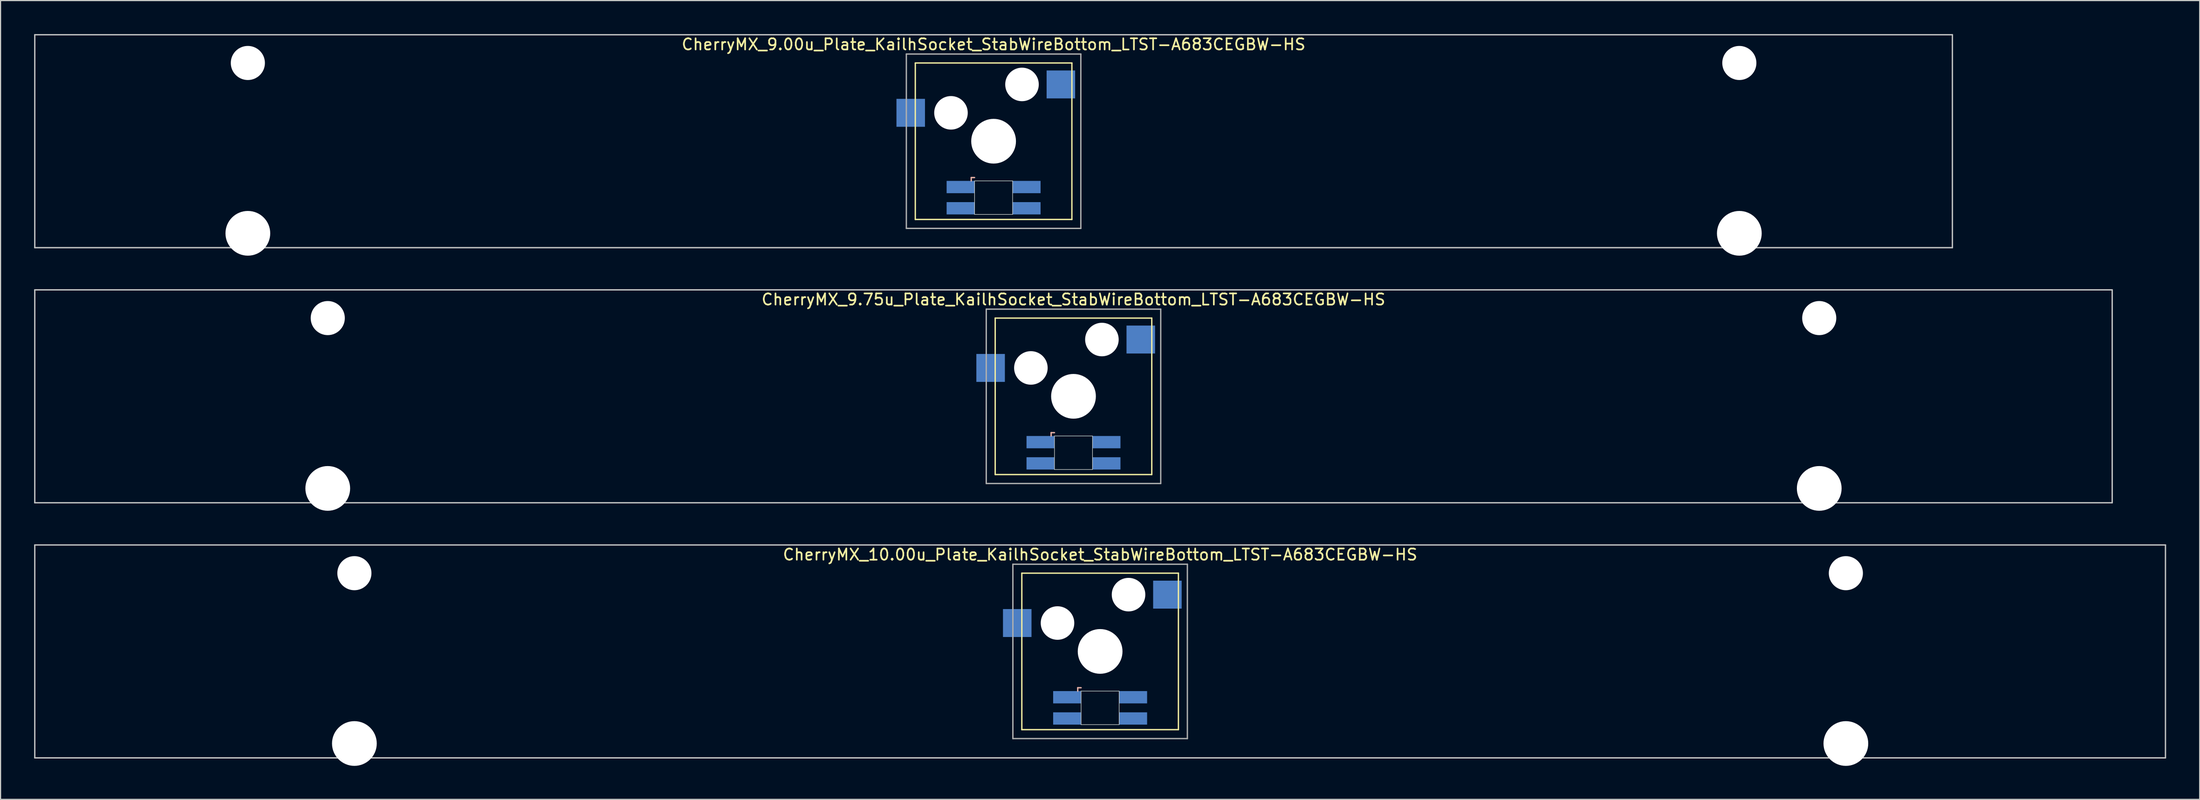
<source format=kicad_pcb>
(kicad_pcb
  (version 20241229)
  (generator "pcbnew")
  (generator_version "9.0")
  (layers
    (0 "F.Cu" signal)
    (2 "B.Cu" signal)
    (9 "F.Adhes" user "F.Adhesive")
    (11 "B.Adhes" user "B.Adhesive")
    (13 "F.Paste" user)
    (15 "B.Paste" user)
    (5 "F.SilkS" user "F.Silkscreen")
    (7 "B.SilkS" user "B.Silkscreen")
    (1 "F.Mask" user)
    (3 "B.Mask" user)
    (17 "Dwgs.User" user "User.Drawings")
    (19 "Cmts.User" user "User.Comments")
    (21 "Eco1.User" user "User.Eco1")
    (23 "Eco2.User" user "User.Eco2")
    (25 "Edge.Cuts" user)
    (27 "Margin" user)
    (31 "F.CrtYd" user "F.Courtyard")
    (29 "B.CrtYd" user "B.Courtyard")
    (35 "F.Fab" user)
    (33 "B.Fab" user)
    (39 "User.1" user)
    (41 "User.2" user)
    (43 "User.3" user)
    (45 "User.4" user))
  (footprint "CherryMX_9.00u_Plate_KailhSocket_StabWireBottom_LTST-A683CEGBW-HS"
    (layer "F.Cu")
    (at 85.785 9.585)
    (property "Reference" "CherryMX_9.00u_Plate_KailhSocket_StabWireBottom_LTST-A683CEGBW-HS" (at 0 -8.662 0) (layer "F.SilkS") (effects (font (size 1 1) (thickness 0.15))))
    (attr through_hole)
    (fp_line (start -7 -7) (end -7 7) (stroke (width 0.12) (type solid)) (layer "F.SilkS"))
    (fp_line (start -7 -7) (end 7 -7) (stroke (width 0.12) (type solid)) (layer "F.SilkS"))
    (fp_line (start 7 -7) (end 7 7) (stroke (width 0.12) (type solid)) (layer "F.SilkS"))
    (fp_line (start 7 7) (end -7 7) (stroke (width 0.12) (type solid)) (layer "F.SilkS"))
    (fp_line (start -2 3.25) (end -2 3.55) (stroke (width 0.12) (type solid)) (layer "B.SilkS"))
    (fp_line (start -1.7 3.25) (end -2 3.25) (stroke (width 0.12) (type solid)) (layer "B.SilkS"))
    (fp_line (start -85.725 -9.525) (end 85.725 -9.525) (stroke (width 0.12) (type solid)) (layer "Dwgs.User"))
    (fp_line (start -85.725 9.525) (end -85.725 -9.525) (stroke (width 0.12) (type solid)) (layer "Dwgs.User"))
    (fp_line (start 85.725 -9.525) (end 85.725 9.525) (stroke (width 0.12) (type solid)) (layer "Dwgs.User"))
    (fp_line (start 85.725 9.525) (end -85.725 9.525) (stroke (width 0.12) (type solid)) (layer "Dwgs.User"))
    (fp_line (start -1.7 3.55) (end 1.7 3.55) (stroke (width 0.05) (type solid)) (layer "Edge.Cuts"))
    (fp_line (start -1.7 6.55) (end -1.7 3.55) (stroke (width 0.05) (type solid)) (layer "Edge.Cuts"))
    (fp_line (start 1.7 3.55) (end 1.7 6.55) (stroke (width 0.05) (type solid)) (layer "Edge.Cuts"))
    (fp_line (start 1.7 6.55) (end -1.7 6.55) (stroke (width 0.05) (type solid)) (layer "Edge.Cuts"))
    (fp_line (start -7.8 -7.8) (end -7.8 7.8) (stroke (width 0.12) (type solid)) (layer "F.Fab"))
    (fp_line (start -7.8 -7.8) (end 7.8 -7.8) (stroke (width 0.12) (type solid)) (layer "F.Fab"))
    (fp_line (start -7.8 7.8) (end 7.8 7.8) (stroke (width 0.12) (type solid)) (layer "F.Fab"))
    (fp_line (start 7.8 -7.8) (end 7.8 7.8) (stroke (width 0.12) (type solid)) (layer "F.Fab"))
    (pad "" np_thru_hole circle (at -66.675 -7) (size 3.05 3.05) (drill 3.05) (layers "*.Cu" "*.Mask"))
    (pad "" np_thru_hole circle (at -66.675 8.24) (size 4 4) (drill 4) (layers "*.Cu" "*.Mask"))
    (pad "" np_thru_hole circle (at -3.81 -2.54) (size 3 3) (drill 3) (layers "*.Cu" "*.Mask"))
    (pad "" np_thru_hole circle (at 0 0) (size 4 4) (drill 4) (layers "*.Cu" "*.Mask"))
    (pad "" np_thru_hole circle (at 2.54 -5.08) (size 3 3) (drill 3) (layers "*.Cu" "*.Mask"))
    (pad "" np_thru_hole circle (at 66.675 -7) (size 3.05 3.05) (drill 3.05) (layers "*.Cu" "*.Mask"))
    (pad "" np_thru_hole circle (at 66.675 8.24) (size 4 4) (drill 4) (layers "*.Cu" "*.Mask"))
    (pad "1" smd rect (at -7.41 -2.54) (size 2.55 2.5) (layers "B.Cu" "B.Mask" "B.Paste"))
    (pad "2" smd rect (at 6.015 -5.08) (size 2.55 2.5) (layers "B.Cu" "B.Mask" "B.Paste"))
    (pad "3" smd rect (at -2.95 4.1) (size 2.5 1.1) (layers "B.Cu" "B.Mask" "B.Paste"))
    (pad "4" smd rect (at -2.95 6) (size 2.5 1.1) (layers "B.Cu" "B.Mask" "B.Paste"))
    (pad "5" smd rect (at 2.95 4.1) (size 2.5 1.1) (layers "B.Cu" "B.Mask" "B.Paste"))
    (pad "6" smd rect (at 2.95 6) (size 2.5 1.1) (layers "B.Cu" "B.Mask" "B.Paste")))
  (footprint "CherryMX_10.00u_Plate_KailhSocket_StabWireBottom_LTST-A683CEGBW-HS"
    (layer "F.Cu")
    (at 95.31 55.235)
    (property "Reference" "CherryMX_10.00u_Plate_KailhSocket_StabWireBottom_LTST-A683CEGBW-HS" (at 0 -8.662 0) (layer "F.SilkS") (effects (font (size 1 1) (thickness 0.15))))
    (attr through_hole)
    (fp_line (start -7 -7) (end -7 7) (stroke (width 0.12) (type solid)) (layer "F.SilkS"))
    (fp_line (start -7 -7) (end 7 -7) (stroke (width 0.12) (type solid)) (layer "F.SilkS"))
    (fp_line (start 7 -7) (end 7 7) (stroke (width 0.12) (type solid)) (layer "F.SilkS"))
    (fp_line (start 7 7) (end -7 7) (stroke (width 0.12) (type solid)) (layer "F.SilkS"))
    (fp_line (start -2 3.25) (end -2 3.55) (stroke (width 0.12) (type solid)) (layer "B.SilkS"))
    (fp_line (start -1.7 3.25) (end -2 3.25) (stroke (width 0.12) (type solid)) (layer "B.SilkS"))
    (fp_line (start -95.25 -9.525) (end 95.25 -9.525) (stroke (width 0.12) (type solid)) (layer "Dwgs.User"))
    (fp_line (start -95.25 9.525) (end -95.25 -9.525) (stroke (width 0.12) (type solid)) (layer "Dwgs.User"))
    (fp_line (start 95.25 -9.525) (end 95.25 9.525) (stroke (width 0.12) (type solid)) (layer "Dwgs.User"))
    (fp_line (start 95.25 9.525) (end -95.25 9.525) (stroke (width 0.12) (type solid)) (layer "Dwgs.User"))
    (fp_line (start -1.7 3.55) (end 1.7 3.55) (stroke (width 0.05) (type solid)) (layer "Edge.Cuts"))
    (fp_line (start -1.7 6.55) (end -1.7 3.55) (stroke (width 0.05) (type solid)) (layer "Edge.Cuts"))
    (fp_line (start 1.7 3.55) (end 1.7 6.55) (stroke (width 0.05) (type solid)) (layer "Edge.Cuts"))
    (fp_line (start 1.7 6.55) (end -1.7 6.55) (stroke (width 0.05) (type solid)) (layer "Edge.Cuts"))
    (fp_line (start -7.8 -7.8) (end -7.8 7.8) (stroke (width 0.12) (type solid)) (layer "F.Fab"))
    (fp_line (start -7.8 -7.8) (end 7.8 -7.8) (stroke (width 0.12) (type solid)) (layer "F.Fab"))
    (fp_line (start -7.8 7.8) (end 7.8 7.8) (stroke (width 0.12) (type solid)) (layer "F.Fab"))
    (fp_line (start 7.8 -7.8) (end 7.8 7.8) (stroke (width 0.12) (type solid)) (layer "F.Fab"))
    (pad "" np_thru_hole circle (at -66.675 -7) (size 3.05 3.05) (drill 3.05) (layers "*.Cu" "*.Mask"))
    (pad "" np_thru_hole circle (at -66.675 8.24) (size 4 4) (drill 4) (layers "*.Cu" "*.Mask"))
    (pad "" np_thru_hole circle (at -3.81 -2.54) (size 3 3) (drill 3) (layers "*.Cu" "*.Mask"))
    (pad "" np_thru_hole circle (at 0 0) (size 4 4) (drill 4) (layers "*.Cu" "*.Mask"))
    (pad "" np_thru_hole circle (at 2.54 -5.08) (size 3 3) (drill 3) (layers "*.Cu" "*.Mask"))
    (pad "" np_thru_hole circle (at 66.675 -7) (size 3.05 3.05) (drill 3.05) (layers "*.Cu" "*.Mask"))
    (pad "" np_thru_hole circle (at 66.675 8.24) (size 4 4) (drill 4) (layers "*.Cu" "*.Mask"))
    (pad "1" smd rect (at -7.41 -2.54) (size 2.55 2.5) (layers "B.Cu" "B.Mask" "B.Paste"))
    (pad "2" smd rect (at 6.015 -5.08) (size 2.55 2.5) (layers "B.Cu" "B.Mask" "B.Paste"))
    (pad "3" smd rect (at -2.95 4.1) (size 2.5 1.1) (layers "B.Cu" "B.Mask" "B.Paste"))
    (pad "4" smd rect (at -2.95 6) (size 2.5 1.1) (layers "B.Cu" "B.Mask" "B.Paste"))
    (pad "5" smd rect (at 2.95 4.1) (size 2.5 1.1) (layers "B.Cu" "B.Mask" "B.Paste"))
    (pad "6" smd rect (at 2.95 6) (size 2.5 1.1) (layers "B.Cu" "B.Mask" "B.Paste")))
  (footprint "CherryMX_9.75u_Plate_KailhSocket_StabWireBottom_LTST-A683CEGBW-HS"
    (layer "F.Cu")
    (at 92.929 32.41)
    (property "Reference" "CherryMX_9.75u_Plate_KailhSocket_StabWireBottom_LTST-A683CEGBW-HS" (at 0 -8.662 0) (layer "F.SilkS") (effects (font (size 1 1) (thickness 0.15))))
    (attr through_hole)
    (fp_line (start -7 -7) (end -7 7) (stroke (width 0.12) (type solid)) (layer "F.SilkS"))
    (fp_line (start -7 -7) (end 7 -7) (stroke (width 0.12) (type solid)) (layer "F.SilkS"))
    (fp_line (start 7 -7) (end 7 7) (stroke (width 0.12) (type solid)) (layer "F.SilkS"))
    (fp_line (start 7 7) (end -7 7) (stroke (width 0.12) (type solid)) (layer "F.SilkS"))
    (fp_line (start -2 3.25) (end -2 3.55) (stroke (width 0.12) (type solid)) (layer "B.SilkS"))
    (fp_line (start -1.7 3.25) (end -2 3.25) (stroke (width 0.12) (type solid)) (layer "B.SilkS"))
    (fp_line (start -92.869 -9.525) (end 92.869 -9.525) (stroke (width 0.12) (type solid)) (layer "Dwgs.User"))
    (fp_line (start -92.869 9.525) (end -92.869 -9.525) (stroke (width 0.12) (type solid)) (layer "Dwgs.User"))
    (fp_line (start 92.869 -9.525) (end 92.869 9.525) (stroke (width 0.12) (type solid)) (layer "Dwgs.User"))
    (fp_line (start 92.869 9.525) (end -92.869 9.525) (stroke (width 0.12) (type solid)) (layer "Dwgs.User"))
    (fp_line (start -1.7 3.55) (end 1.7 3.55) (stroke (width 0.05) (type solid)) (layer "Edge.Cuts"))
    (fp_line (start -1.7 6.55) (end -1.7 3.55) (stroke (width 0.05) (type solid)) (layer "Edge.Cuts"))
    (fp_line (start 1.7 3.55) (end 1.7 6.55) (stroke (width 0.05) (type solid)) (layer "Edge.Cuts"))
    (fp_line (start 1.7 6.55) (end -1.7 6.55) (stroke (width 0.05) (type solid)) (layer "Edge.Cuts"))
    (fp_line (start -7.8 -7.8) (end -7.8 7.8) (stroke (width 0.12) (type solid)) (layer "F.Fab"))
    (fp_line (start -7.8 -7.8) (end 7.8 -7.8) (stroke (width 0.12) (type solid)) (layer "F.Fab"))
    (fp_line (start -7.8 7.8) (end 7.8 7.8) (stroke (width 0.12) (type solid)) (layer "F.Fab"))
    (fp_line (start 7.8 -7.8) (end 7.8 7.8) (stroke (width 0.12) (type solid)) (layer "F.Fab"))
    (pad "" np_thru_hole circle (at -66.675 -7) (size 3.05 3.05) (drill 3.05) (layers "*.Cu" "*.Mask"))
    (pad "" np_thru_hole circle (at -66.675 8.24) (size 4 4) (drill 4) (layers "*.Cu" "*.Mask"))
    (pad "" np_thru_hole circle (at -3.81 -2.54) (size 3 3) (drill 3) (layers "*.Cu" "*.Mask"))
    (pad "" np_thru_hole circle (at 0 0) (size 4 4) (drill 4) (layers "*.Cu" "*.Mask"))
    (pad "" np_thru_hole circle (at 2.54 -5.08) (size 3 3) (drill 3) (layers "*.Cu" "*.Mask"))
    (pad "" np_thru_hole circle (at 66.675 -7) (size 3.05 3.05) (drill 3.05) (layers "*.Cu" "*.Mask"))
    (pad "" np_thru_hole circle (at 66.675 8.24) (size 4 4) (drill 4) (layers "*.Cu" "*.Mask"))
    (pad "1" smd rect (at -7.41 -2.54) (size 2.55 2.5) (layers "B.Cu" "B.Mask" "B.Paste"))
    (pad "2" smd rect (at 6.015 -5.08) (size 2.55 2.5) (layers "B.Cu" "B.Mask" "B.Paste"))
    (pad "3" smd rect (at -2.95 4.1) (size 2.5 1.1) (layers "B.Cu" "B.Mask" "B.Paste"))
    (pad "4" smd rect (at -2.95 6) (size 2.5 1.1) (layers "B.Cu" "B.Mask" "B.Paste"))
    (pad "5" smd rect (at 2.95 4.1) (size 2.5 1.1) (layers "B.Cu" "B.Mask" "B.Paste"))
    (pad "6" smd rect (at 2.95 6) (size 2.5 1.1) (layers "B.Cu" "B.Mask" "B.Paste")))
  (gr_rect
    (start -3 -3)
    (end 193.62 68.475)
    (stroke (width 0.1) (type default))
    (fill no)
    (layer "Edge.Cuts")))
</source>
